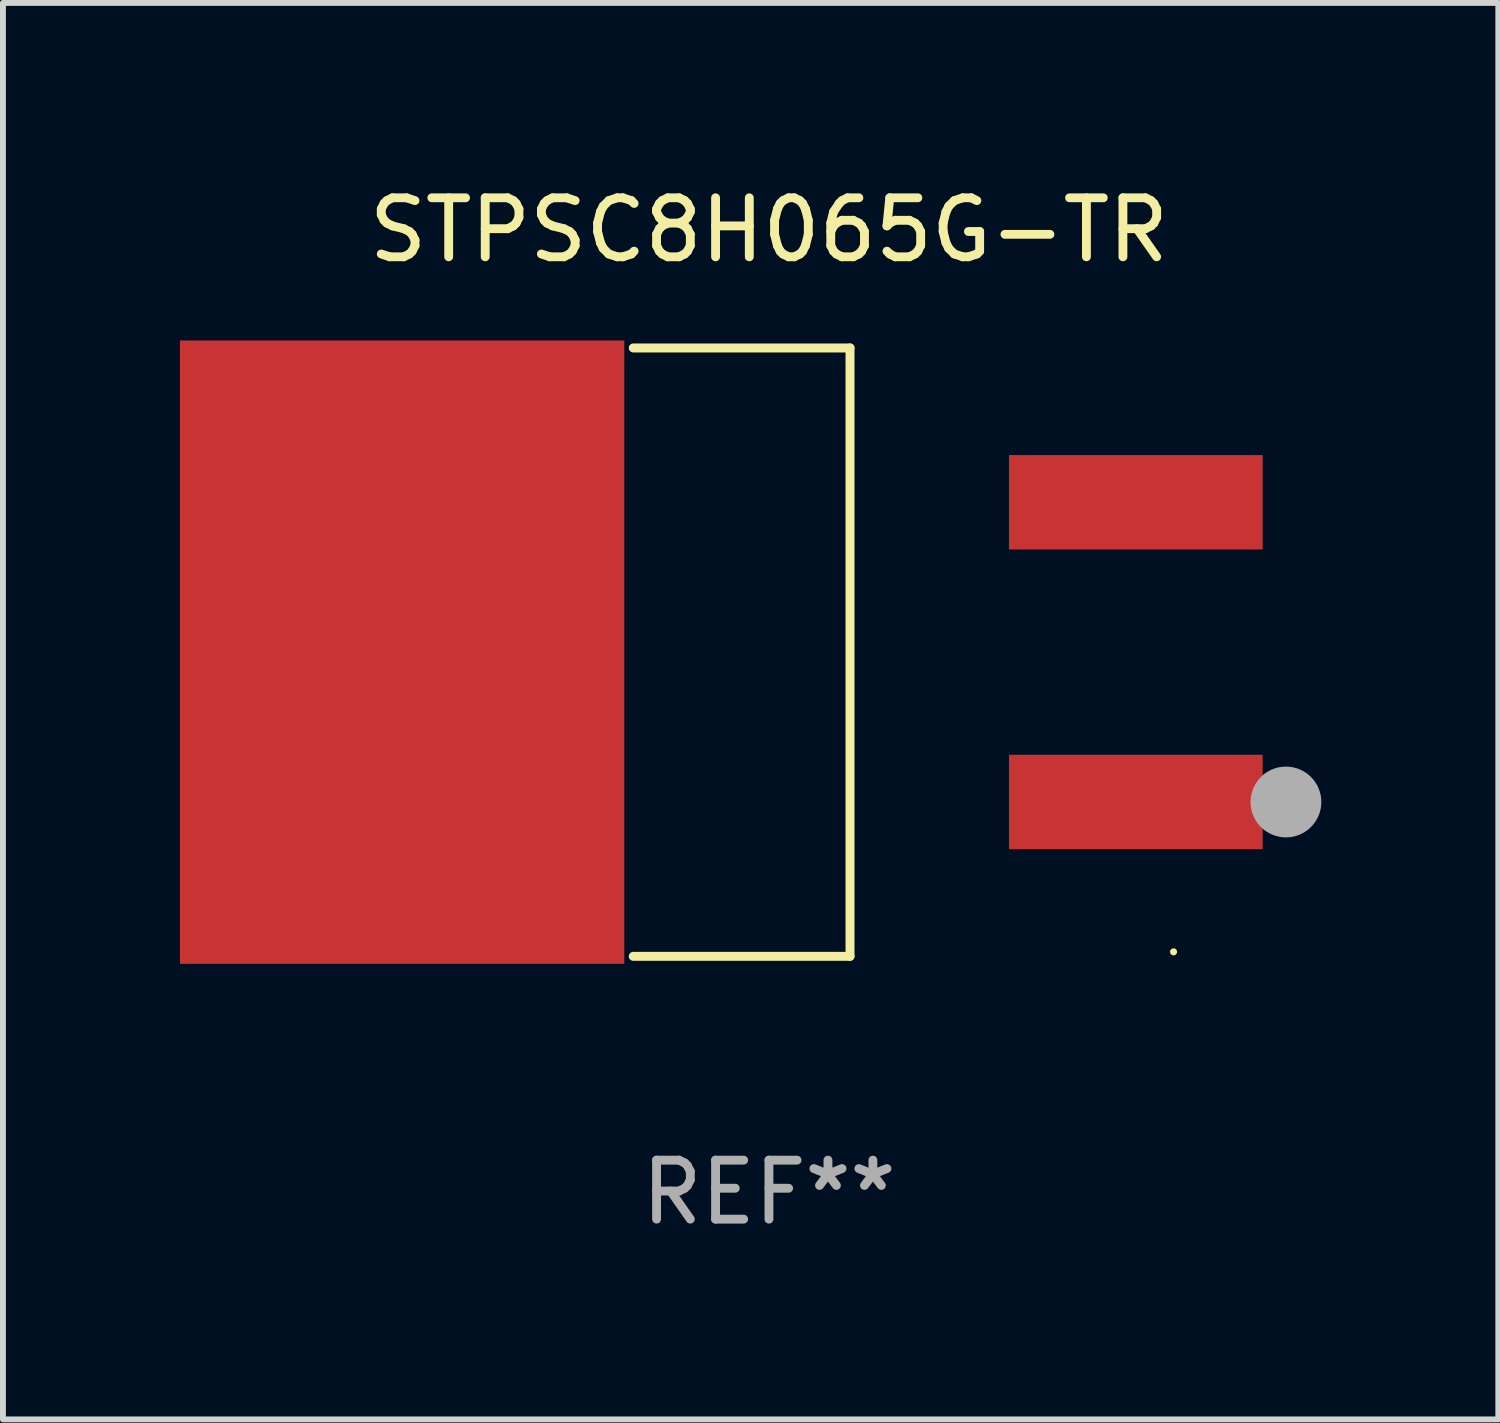
<source format=kicad_pcb>
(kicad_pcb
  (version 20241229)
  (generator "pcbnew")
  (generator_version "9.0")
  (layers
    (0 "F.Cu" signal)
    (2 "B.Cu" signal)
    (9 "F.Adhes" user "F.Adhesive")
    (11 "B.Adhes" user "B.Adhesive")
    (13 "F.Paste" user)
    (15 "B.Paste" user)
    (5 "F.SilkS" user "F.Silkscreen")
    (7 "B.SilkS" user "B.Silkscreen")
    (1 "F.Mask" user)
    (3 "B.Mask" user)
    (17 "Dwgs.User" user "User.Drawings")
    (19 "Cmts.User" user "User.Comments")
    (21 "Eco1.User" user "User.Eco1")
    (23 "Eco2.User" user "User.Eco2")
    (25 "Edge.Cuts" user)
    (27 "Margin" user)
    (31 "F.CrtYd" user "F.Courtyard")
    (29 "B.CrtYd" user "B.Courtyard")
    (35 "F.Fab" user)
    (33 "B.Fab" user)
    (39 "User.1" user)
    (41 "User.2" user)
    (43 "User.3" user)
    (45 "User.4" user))
  (footprint "STPSC8H065G-TR"
    (layer "F.Cu")
    (at 9.984 8.004)
    (property "Reference" "STPSC8H065G-TR" (at 0 -7.156 0) (layer "F.SilkS") (effects (font (size 1 1) (thickness 0.15))))
    (attr through_hole)
    (fp_line (start -2.3 -5.156) (end 1.374 -5.156) (stroke (width 0.152) (type solid)) (layer "F.SilkS"))
    (fp_line (start -2.3 5.156) (end 1.374 5.156) (stroke (width 0.152) (type solid)) (layer "F.SilkS"))
    (fp_line (start 1.374 5.156) (end 1.374 -5.156) (stroke (width 0.152) (type solid)) (layer "F.SilkS"))
    (fp_circle (center 6.858 5.08) (end 6.888 5.08) (stroke (width 0.06) (type solid)) (fill no) (layer "F.SilkS"))
    (fp_circle (center 8.763 2.54) (end 9.063 2.54) (stroke (width 0.6) (type solid)) (fill no) (layer "F.Fab"))
    (fp_text user "REF**" (at 0 9.156 0) (layer "F.Fab") (effects (font (size 1 1) (thickness 0.15))))
    (pad "1" smd rect (at 6.218 2.54 180) (size 4.3 1.6) (layers "F.Cu" "F.Mask" "F.Paste"))
    (pad "2" smd rect (at -6.218 0 180) (size 7.532 10.566) (layers "F.Cu" "F.Mask" "F.Paste"))
    (pad "3" smd rect (at 6.218 -2.54 180) (size 4.3 1.6) (layers "F.Cu" "F.Mask" "F.Paste")))
  (gr_rect
    (start -3 -3)
    (end 22.347 21.009)
    (stroke (width 0.1) (type default))
    (fill no)
    (layer "Edge.Cuts")))
</source>
